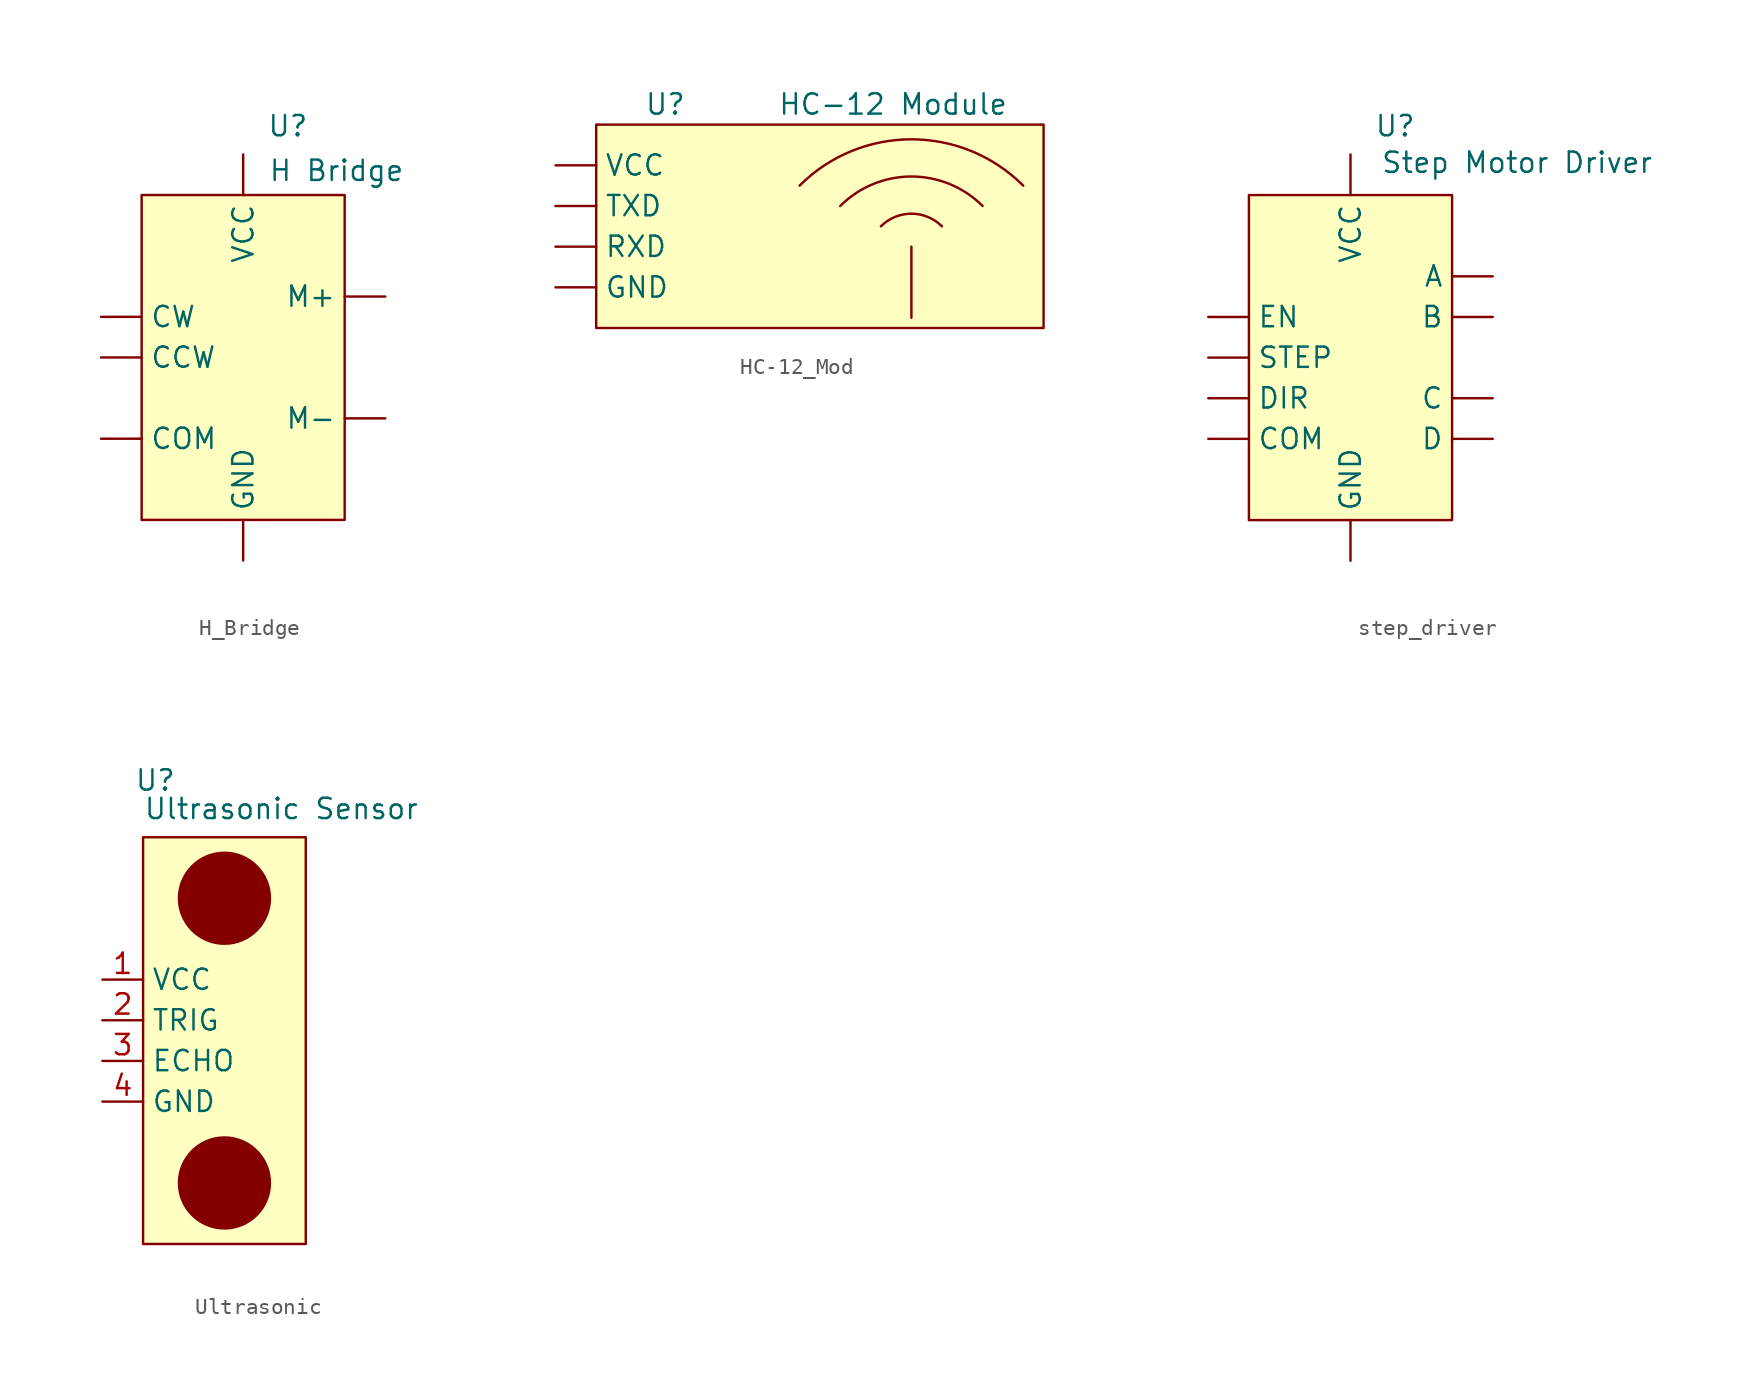
<source format=kicad_sym>
(kicad_symbol_lib
  (version 20241209)
  (generator "kicad_symbol_editor")
  (generator_version "9.0")
  (symbol "H_Bridge"
    (property "Reference" "U"
      (at 11.684 11.938 0)
      (effects (font (size 1.27 1.27))))
    (property "Value" "H Bridge"
      (at 14.732 9.144 0)
      (effects (font (size 1.27 1.27))))
    (symbol "H_Bridge_1_1"
      (rectangle (start 2.54 7.62) (end 15.24 -12.7) (stroke (width 0) (type solid)) (fill (type background)))
      (pin input line (at 0 0 0) (length 2.54) (name "CW" (effects (font (size 1.27 1.27)))) (number "" (effects (font (size 1.27 1.27)))))
      (pin input line (at 0 -2.54 0) (length 2.54) (name "CCW" (effects (font (size 1.27 1.27)))) (number "" (effects (font (size 1.27 1.27)))))
      (pin input line (at 0 -7.62 0) (length 2.54) (name "COM" (effects (font (size 1.27 1.27)))) (number "" (effects (font (size 1.27 1.27)))))
      (pin input line (at 8.89 10.16 270) (length 2.54) (name "VCC" (effects (font (size 1.27 1.27)))) (number "" (effects (font (size 1.27 1.27)))))
      (pin input line (at 8.89 -15.24 90) (length 2.54) (name "GND" (effects (font (size 1.27 1.27)))) (number "" (effects (font (size 1.27 1.27)))))
      (pin input line (at 17.78 1.27 180) (length 2.54) (name "M+" (effects (font (size 1.27 1.27)))) (number "" (effects (font (size 1.27 1.27)))))
      (pin input line (at 17.78 -6.35 180) (length 2.54) (name "M-" (effects (font (size 1.27 1.27)))) (number "" (effects (font (size 1.27 1.27)))))))
  (symbol "HC-12_Mod"
    (property "Reference" "U"
      (at 6.858 3.81 0)
      (effects (font (size 1.27 1.27))))
    (property "Value" "HC-12 Module"
      (at 21.082 3.81 0)
      (effects (font (size 1.27 1.27))))
    (symbol "HC-12_Mod_0_1"
      (polyline (pts (xy 22.225 -5.08) (xy 22.225 -9.525)) (stroke (width 0) (type default)) (fill (type none)))
      (arc (start 20.32 -3.81) (mid 22.225 -3.0209) (end 24.13 -3.81) (stroke (width 0) (type default)) (fill (type none)))
      (arc (start 17.78 -2.54) (mid 22.225 -0.6988) (end 26.67 -2.54) (stroke (width 0) (type default)) (fill (type none)))
      (arc (start 15.24 -1.27) (mid 22.225 1.6233) (end 29.21 -1.27) (stroke (width 0) (type default)) (fill (type none))))
    (symbol "HC-12_Mod_1_1"
      (rectangle (start 2.54 2.54) (end 30.48 -10.16) (stroke (width 0) (type solid)) (fill (type background)))
      (pin input line (at 0 0 0) (length 2.54) (name "VCC" (effects (font (size 1.27 1.27)))) (number "" (effects (font (size 1.27 1.27)))))
      (pin input line (at 0 -2.54 0) (length 2.54) (name "TXD" (effects (font (size 1.27 1.27)))) (number "" (effects (font (size 1.27 1.27)))))
      (pin input line (at 0 -5.08 0) (length 2.54) (name "RXD" (effects (font (size 1.27 1.27)))) (number "" (effects (font (size 1.27 1.27)))))
      (pin input line (at 0 -7.62 0) (length 2.54) (name "GND" (effects (font (size 1.27 1.27)))) (number "" (effects (font (size 1.27 1.27)))))))
  (symbol "step_driver"
    (property "Reference" "U"
      (at 11.684 11.938 0)
      (effects (font (size 1.27 1.27))))
    (property "Value" "Step Motor Driver"
      (at 19.304 9.652 0)
      (effects (font (size 1.27 1.27))))
    (symbol "step_driver_1_1"
      (rectangle (start 2.54 7.62) (end 15.24 -12.7) (stroke (width 0) (type solid)) (fill (type background)))
      (pin input line (at 0 0 0) (length 2.54) (name "EN" (effects (font (size 1.27 1.27)))) (number "" (effects (font (size 1.27 1.27)))))
      (pin input line (at 0 -2.54 0) (length 2.54) (name "STEP" (effects (font (size 1.27 1.27)))) (number "" (effects (font (size 1.27 1.27)))))
      (pin input line (at 0 -5.08 0) (length 2.54) (name "DIR" (effects (font (size 1.27 1.27)))) (number "" (effects (font (size 1.27 1.27)))))
      (pin input line (at 0 -7.62 0) (length 2.54) (name "COM" (effects (font (size 1.27 1.27)))) (number "" (effects (font (size 1.27 1.27)))))
      (pin input line (at 8.89 10.16 270) (length 2.54) (name "VCC" (effects (font (size 1.27 1.27)))) (number "" (effects (font (size 1.27 1.27)))))
      (pin input line (at 8.89 -15.24 90) (length 2.54) (name "GND" (effects (font (size 1.27 1.27)))) (number "" (effects (font (size 1.27 1.27)))))
      (pin input line (at 17.78 2.54 180) (length 2.54) (name "A" (effects (font (size 1.27 1.27)))) (number "" (effects (font (size 1.27 1.27)))))
      (pin input line (at 17.78 0 180) (length 2.54) (name "B" (effects (font (size 1.27 1.27)))) (number "" (effects (font (size 1.27 1.27)))))
      (pin input line (at 17.78 -5.08 180) (length 2.54) (name "C" (effects (font (size 1.27 1.27)))) (number "" (effects (font (size 1.27 1.27)))))
      (pin input line (at 17.78 -7.62 180) (length 2.54) (name "D" (effects (font (size 1.27 1.27)))) (number "" (effects (font (size 1.27 1.27)))))))
  (symbol "Ultrasonic"
    (property "Reference" "U"
      (at 3.302 12.446 0)
      (effects (font (size 1.27 1.27))))
    (property "Value" "Ultrasonic Sensor"
      (at 11.176 10.668 0)
      (effects (font (size 1.27 1.27))))
    (symbol "Ultrasonic_1_1"
      (rectangle (start 2.54 8.89) (end 12.7 -16.51) (stroke (width 0) (type solid)) (fill (type background)))
      (circle (center 7.62 5.08) (radius 2.84) (stroke (width 0) (type solid)) (fill (type outline)))
      (circle (center 7.62 -12.7) (radius 2.84) (stroke (width 0) (type solid)) (fill (type outline)))
      (pin input line (at 0 0 0) (length 2.54) (name "VCC" (effects (font (size 1.27 1.27)))) (number "1" (effects (font (size 1.27 1.27)))))
      (pin input line (at 0 -2.54 0) (length 2.54) (name "TRIG" (effects (font (size 1.27 1.27)))) (number "2" (effects (font (size 1.27 1.27)))))
      (pin input line (at 0 -5.08 0) (length 2.54) (name "ECHO" (effects (font (size 1.27 1.27)))) (number "3" (effects (font (size 1.27 1.27)))))
      (pin input line (at 0 -7.62 0) (length 2.54) (name "GND" (effects (font (size 1.27 1.27)))) (number "4" (effects (font (size 1.27 1.27))))))))
</source>
